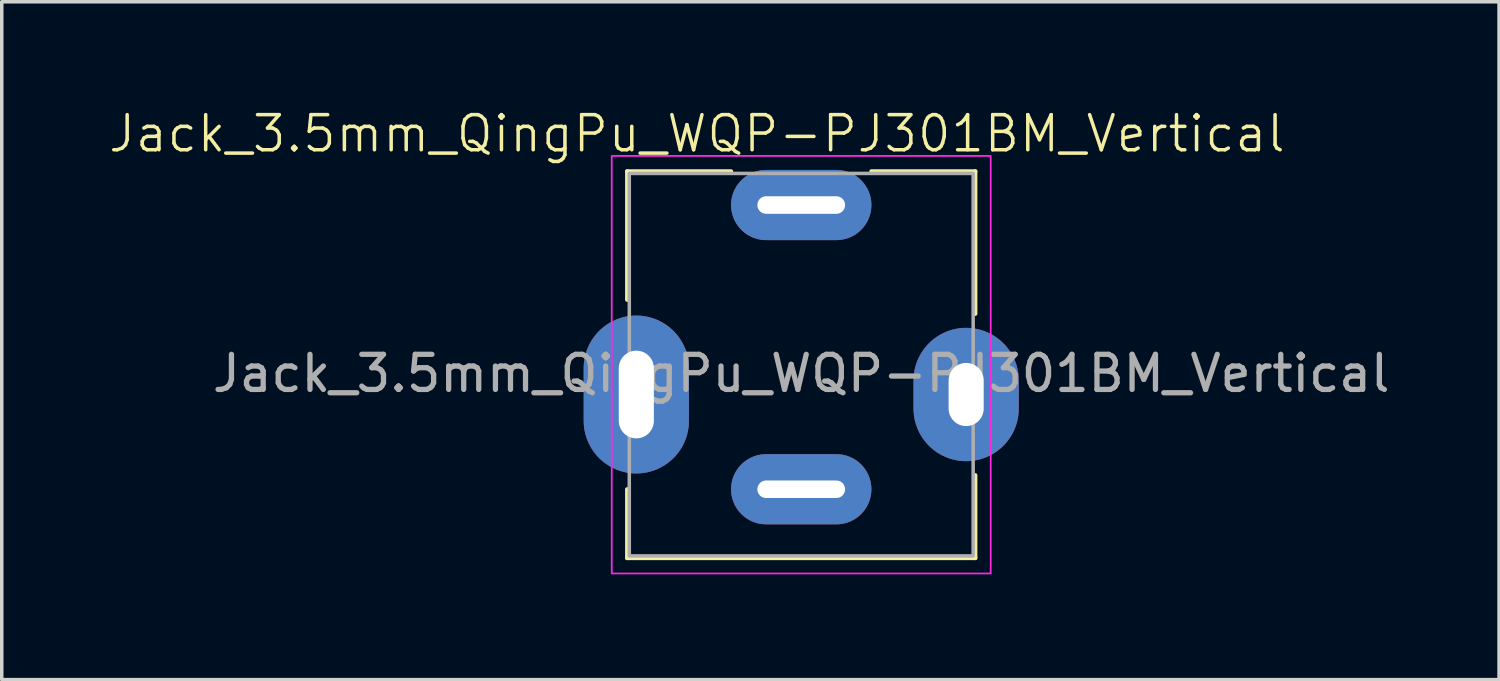
<source format=kicad_pcb>
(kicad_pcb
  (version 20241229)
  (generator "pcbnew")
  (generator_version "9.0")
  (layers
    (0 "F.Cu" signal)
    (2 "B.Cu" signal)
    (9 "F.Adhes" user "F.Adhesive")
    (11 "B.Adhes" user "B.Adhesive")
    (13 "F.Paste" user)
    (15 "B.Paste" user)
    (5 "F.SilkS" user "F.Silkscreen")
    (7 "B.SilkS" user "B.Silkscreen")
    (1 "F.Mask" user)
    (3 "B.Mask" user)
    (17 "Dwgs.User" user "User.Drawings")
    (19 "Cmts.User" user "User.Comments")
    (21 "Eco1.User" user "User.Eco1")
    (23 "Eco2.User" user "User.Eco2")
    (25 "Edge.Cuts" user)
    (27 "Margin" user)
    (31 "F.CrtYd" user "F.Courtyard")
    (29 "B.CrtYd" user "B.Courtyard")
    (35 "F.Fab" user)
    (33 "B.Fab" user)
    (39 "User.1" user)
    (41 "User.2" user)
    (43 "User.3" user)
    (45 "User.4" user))
  (footprint "Jack_3.5mm_QingPu_WQP-PJ301BM_Vertical"
    (layer "F.Cu")
    (at 19.784 7.593)
    (property "Reference" "Jack_3.5mm_QingPu_WQP-PJ301BM_Vertical" (at -2.972 -6.833 0) (unlocked yes) (layer "F.SilkS") (effects (font (size 1 1) (thickness 0.1))))
    (attr through_hole)
    (fp_line (start -4.96 -5.76) (end -2 -5.76) (stroke (width 0.12) (type solid)) (layer "F.SilkS"))
    (fp_line (start -4.96 -2.1) (end -4.96 -5.76) (stroke (width 0.12) (type solid)) (layer "F.SilkS"))
    (fp_line (start -4.96 5.26) (end -4.96 3.3) (stroke (width 0.12) (type solid)) (layer "F.SilkS"))
    (fp_line (start -4.96 5.26) (end 4.96 5.26) (stroke (width 0.12) (type solid)) (layer "F.SilkS"))
    (fp_line (start 4.96 -5.76) (end 2 -5.76) (stroke (width 0.12) (type solid)) (layer "F.SilkS"))
    (fp_line (start 4.96 -5.76) (end 4.96 -1.7) (stroke (width 0.12) (type solid)) (layer "F.SilkS"))
    (fp_line (start 4.96 2.9) (end 4.96 5.26) (stroke (width 0.12) (type solid)) (layer "F.SilkS"))
    (fp_rect (start -5.4 -6.2) (end 5.4 5.7) (stroke (width 0.05) (type solid)) (fill no) (layer "F.CrtYd"))
    (fp_rect (start -4.9 -5.7) (end 4.9 5.2) (stroke (width 0.1) (type solid)) (fill no) (layer "F.Fab"))
    (fp_text user "${REFERENCE}" (at 0 0 0) (unlocked yes) (layer "F.Fab") (effects (font (size 1 1) (thickness 0.15))))
    (pad "S" thru_hole oval (at -4.7 0.6 90) (size 4.5 3) (drill oval 2.5 1) (layers "*.Cu" "*.Mask"))
    (pad "S" thru_hole oval (at 4.7 0.6 90) (size 3.8 3) (drill oval 1.8 1) (layers "*.Cu" "*.Mask"))
    (pad "T" thru_hole oval (at 0 -4.8) (size 4 2) (drill oval 2.5 0.5) (layers "*.Cu" "*.Mask"))
    (pad "TN" thru_hole oval (at 0 3.3) (size 4 2) (drill oval 2.5 0.5) (layers "*.Cu" "*.Mask")))
  (gr_rect
    (start -3 -3)
    (end 39.671 16.318)
    (stroke (width 0.1) (type default))
    (fill no)
    (layer "Edge.Cuts")))
</source>
